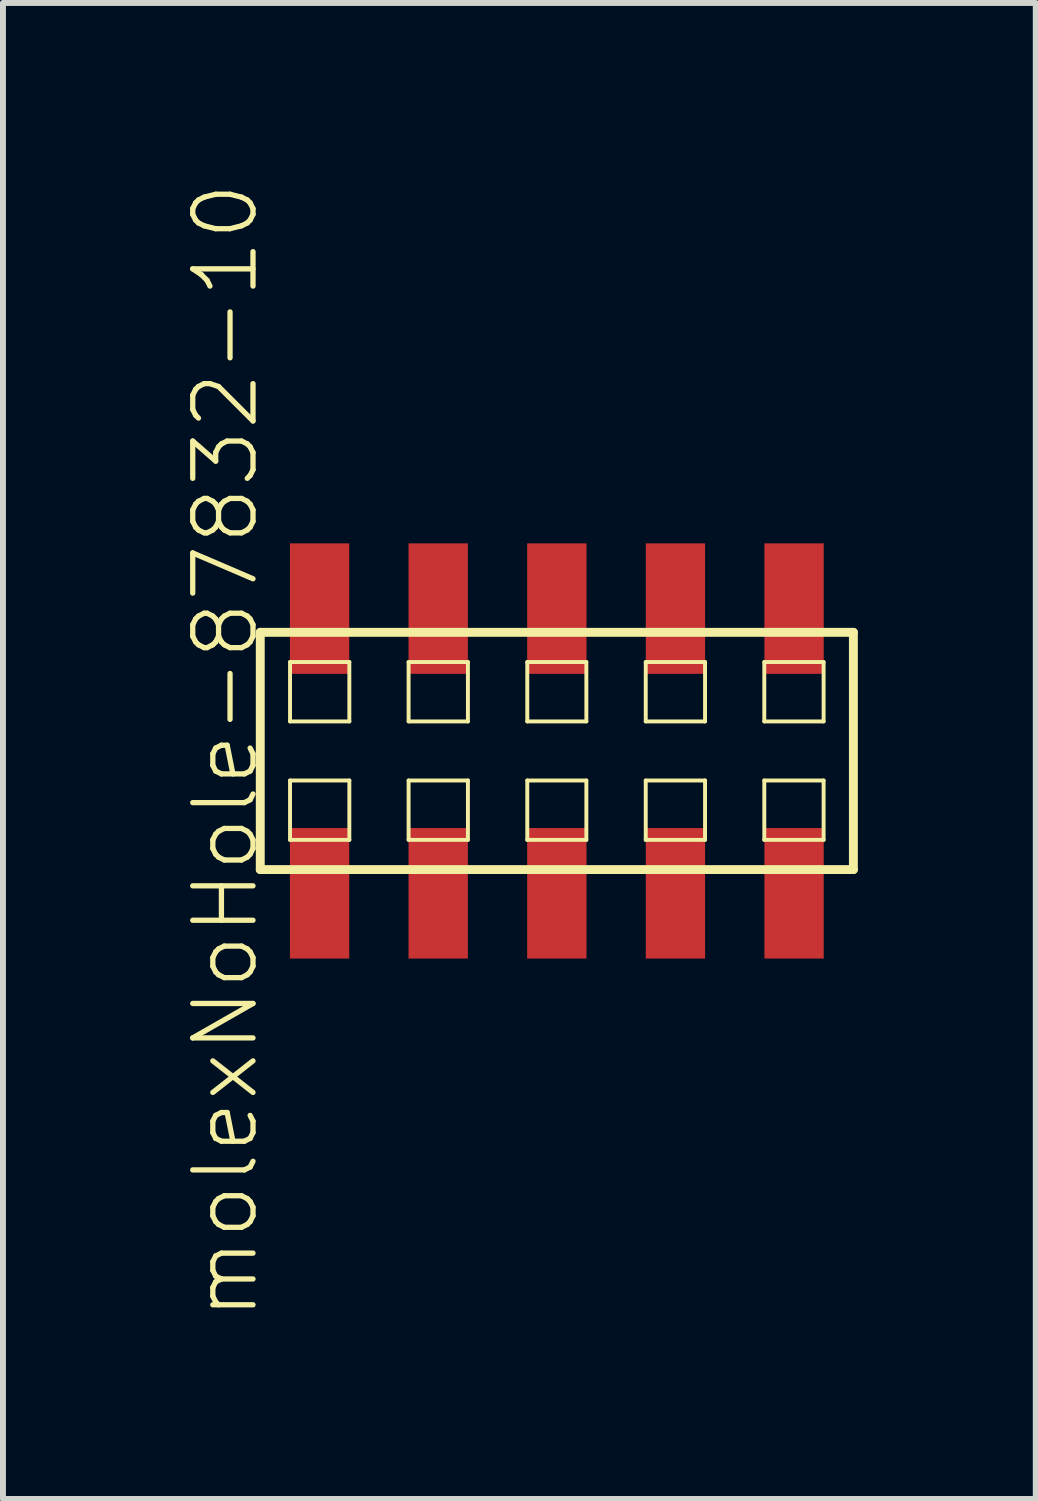
<source format=kicad_pcb>
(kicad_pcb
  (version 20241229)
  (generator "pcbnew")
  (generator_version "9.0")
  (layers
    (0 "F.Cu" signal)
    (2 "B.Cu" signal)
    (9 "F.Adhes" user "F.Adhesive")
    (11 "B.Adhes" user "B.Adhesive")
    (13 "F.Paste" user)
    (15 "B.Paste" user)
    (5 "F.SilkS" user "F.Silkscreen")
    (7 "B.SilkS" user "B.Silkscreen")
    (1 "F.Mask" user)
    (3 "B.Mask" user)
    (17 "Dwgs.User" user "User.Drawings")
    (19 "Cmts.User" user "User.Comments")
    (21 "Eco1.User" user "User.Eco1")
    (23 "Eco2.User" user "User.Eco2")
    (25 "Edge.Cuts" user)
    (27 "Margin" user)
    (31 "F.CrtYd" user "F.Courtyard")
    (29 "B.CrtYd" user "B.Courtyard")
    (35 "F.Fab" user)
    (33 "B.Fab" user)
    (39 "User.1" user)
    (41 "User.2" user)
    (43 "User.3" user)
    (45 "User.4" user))
  (footprint "molexNoHole-87832-10"
    (layer "F.Cu")
    (at 6.338 9.611)
    (property "Reference" "molexNoHole-87832-10" (at -5.588 0 90) (layer "F.SilkS") (effects (font (size 1.016 1.016) (thickness 0.089))))
    (attr smd)
    (fp_line (start -5 -2) (end -5 2) (stroke (width 0.15) (type solid)) (layer "F.SilkS"))
    (fp_line (start -5 -2) (end 5 -2) (stroke (width 0.15) (type solid)) (layer "F.SilkS"))
    (fp_line (start -5 2) (end 5 2) (stroke (width 0.15) (type solid)) (layer "F.SilkS"))
    (fp_line (start -4.498 -1.499) (end -3.498 -1.499) (stroke (width 0.066) (type solid)) (layer "F.SilkS"))
    (fp_line (start -4.498 -0.498) (end -4.498 -1.499) (stroke (width 0.066) (type solid)) (layer "F.SilkS"))
    (fp_line (start -4.498 -0.498) (end -3.498 -0.498) (stroke (width 0.066) (type solid)) (layer "F.SilkS"))
    (fp_line (start -4.498 0.498) (end -3.498 0.498) (stroke (width 0.066) (type solid)) (layer "F.SilkS"))
    (fp_line (start -4.498 1.499) (end -4.498 0.498) (stroke (width 0.066) (type solid)) (layer "F.SilkS"))
    (fp_line (start -4.498 1.499) (end -3.498 1.499) (stroke (width 0.066) (type solid)) (layer "F.SilkS"))
    (fp_line (start -3.498 -0.498) (end -3.498 -1.499) (stroke (width 0.066) (type solid)) (layer "F.SilkS"))
    (fp_line (start -3.498 1.499) (end -3.498 0.498) (stroke (width 0.066) (type solid)) (layer "F.SilkS"))
    (fp_line (start -2.499 -1.499) (end -1.499 -1.499) (stroke (width 0.066) (type solid)) (layer "F.SilkS"))
    (fp_line (start -2.499 -0.498) (end -2.499 -1.499) (stroke (width 0.066) (type solid)) (layer "F.SilkS"))
    (fp_line (start -2.499 -0.498) (end -1.499 -0.498) (stroke (width 0.066) (type solid)) (layer "F.SilkS"))
    (fp_line (start -2.499 0.498) (end -1.499 0.498) (stroke (width 0.066) (type solid)) (layer "F.SilkS"))
    (fp_line (start -2.499 1.499) (end -2.499 0.498) (stroke (width 0.066) (type solid)) (layer "F.SilkS"))
    (fp_line (start -2.499 1.499) (end -1.499 1.499) (stroke (width 0.066) (type solid)) (layer "F.SilkS"))
    (fp_line (start -1.499 -0.498) (end -1.499 -1.499) (stroke (width 0.066) (type solid)) (layer "F.SilkS"))
    (fp_line (start -1.499 1.499) (end -1.499 0.498) (stroke (width 0.066) (type solid)) (layer "F.SilkS"))
    (fp_line (start -0.498 -1.499) (end 0.498 -1.499) (stroke (width 0.066) (type solid)) (layer "F.SilkS"))
    (fp_line (start -0.498 -0.498) (end -0.498 -1.499) (stroke (width 0.066) (type solid)) (layer "F.SilkS"))
    (fp_line (start -0.498 -0.498) (end 0.498 -0.498) (stroke (width 0.066) (type solid)) (layer "F.SilkS"))
    (fp_line (start -0.498 0.498) (end 0.498 0.498) (stroke (width 0.066) (type solid)) (layer "F.SilkS"))
    (fp_line (start -0.498 1.499) (end -0.498 0.498) (stroke (width 0.066) (type solid)) (layer "F.SilkS"))
    (fp_line (start -0.498 1.499) (end 0.498 1.499) (stroke (width 0.066) (type solid)) (layer "F.SilkS"))
    (fp_line (start 0.498 -0.498) (end 0.498 -1.499) (stroke (width 0.066) (type solid)) (layer "F.SilkS"))
    (fp_line (start 0.498 1.499) (end 0.498 0.498) (stroke (width 0.066) (type solid)) (layer "F.SilkS"))
    (fp_line (start 1.499 -1.499) (end 2.499 -1.499) (stroke (width 0.066) (type solid)) (layer "F.SilkS"))
    (fp_line (start 1.499 -0.498) (end 1.499 -1.499) (stroke (width 0.066) (type solid)) (layer "F.SilkS"))
    (fp_line (start 1.499 -0.498) (end 2.499 -0.498) (stroke (width 0.066) (type solid)) (layer "F.SilkS"))
    (fp_line (start 1.499 0.498) (end 2.499 0.498) (stroke (width 0.066) (type solid)) (layer "F.SilkS"))
    (fp_line (start 1.499 1.499) (end 1.499 0.498) (stroke (width 0.066) (type solid)) (layer "F.SilkS"))
    (fp_line (start 1.499 1.499) (end 2.499 1.499) (stroke (width 0.066) (type solid)) (layer "F.SilkS"))
    (fp_line (start 2.499 -0.498) (end 2.499 -1.499) (stroke (width 0.066) (type solid)) (layer "F.SilkS"))
    (fp_line (start 2.499 1.499) (end 2.499 0.498) (stroke (width 0.066) (type solid)) (layer "F.SilkS"))
    (fp_line (start 3.498 -1.499) (end 4.498 -1.499) (stroke (width 0.066) (type solid)) (layer "F.SilkS"))
    (fp_line (start 3.498 -0.498) (end 3.498 -1.499) (stroke (width 0.066) (type solid)) (layer "F.SilkS"))
    (fp_line (start 3.498 -0.498) (end 4.498 -0.498) (stroke (width 0.066) (type solid)) (layer "F.SilkS"))
    (fp_line (start 3.498 0.498) (end 4.498 0.498) (stroke (width 0.066) (type solid)) (layer "F.SilkS"))
    (fp_line (start 3.498 1.499) (end 3.498 0.498) (stroke (width 0.066) (type solid)) (layer "F.SilkS"))
    (fp_line (start 3.498 1.499) (end 4.498 1.499) (stroke (width 0.066) (type solid)) (layer "F.SilkS"))
    (fp_line (start 4.498 -0.498) (end 4.498 -1.499) (stroke (width 0.066) (type solid)) (layer "F.SilkS"))
    (fp_line (start 4.498 1.499) (end 4.498 0.498) (stroke (width 0.066) (type solid)) (layer "F.SilkS"))
    (fp_line (start 5 -2) (end 5 2) (stroke (width 0.15) (type solid)) (layer "F.SilkS"))
    (pad "1" smd rect (at -4 2.4) (size 1 2.2) (layers "F.Cu" "F.Mask" "F.Paste"))
    (pad "2" smd rect (at -4 -2.4) (size 1 2.2) (layers "F.Cu" "F.Mask" "F.Paste"))
    (pad "3" smd rect (at -2 2.4) (size 1 2.2) (layers "F.Cu" "F.Mask" "F.Paste"))
    (pad "4" smd rect (at -2 -2.4) (size 1 2.2) (layers "F.Cu" "F.Mask" "F.Paste"))
    (pad "5" smd rect (at 0 2.4) (size 1 2.2) (layers "F.Cu" "F.Mask" "F.Paste"))
    (pad "6" smd rect (at 0 -2.4) (size 1 2.2) (layers "F.Cu" "F.Mask" "F.Paste"))
    (pad "7" smd rect (at 2 2.4) (size 1 2.2) (layers "F.Cu" "F.Mask" "F.Paste"))
    (pad "8" smd rect (at 2 -2.4) (size 1 2.2) (layers "F.Cu" "F.Mask" "F.Paste"))
    (pad "9" smd rect (at 4 2.4) (size 1 2.2) (layers "F.Cu" "F.Mask" "F.Paste"))
    (pad "10" smd rect (at 4 -2.4) (size 1 2.2) (layers "F.Cu" "F.Mask" "F.Paste")))
  (gr_rect
    (start -3 -3)
    (end 14.413 22.222)
    (stroke (width 0.1) (type default))
    (fill no)
    (layer "Edge.Cuts")))
</source>
